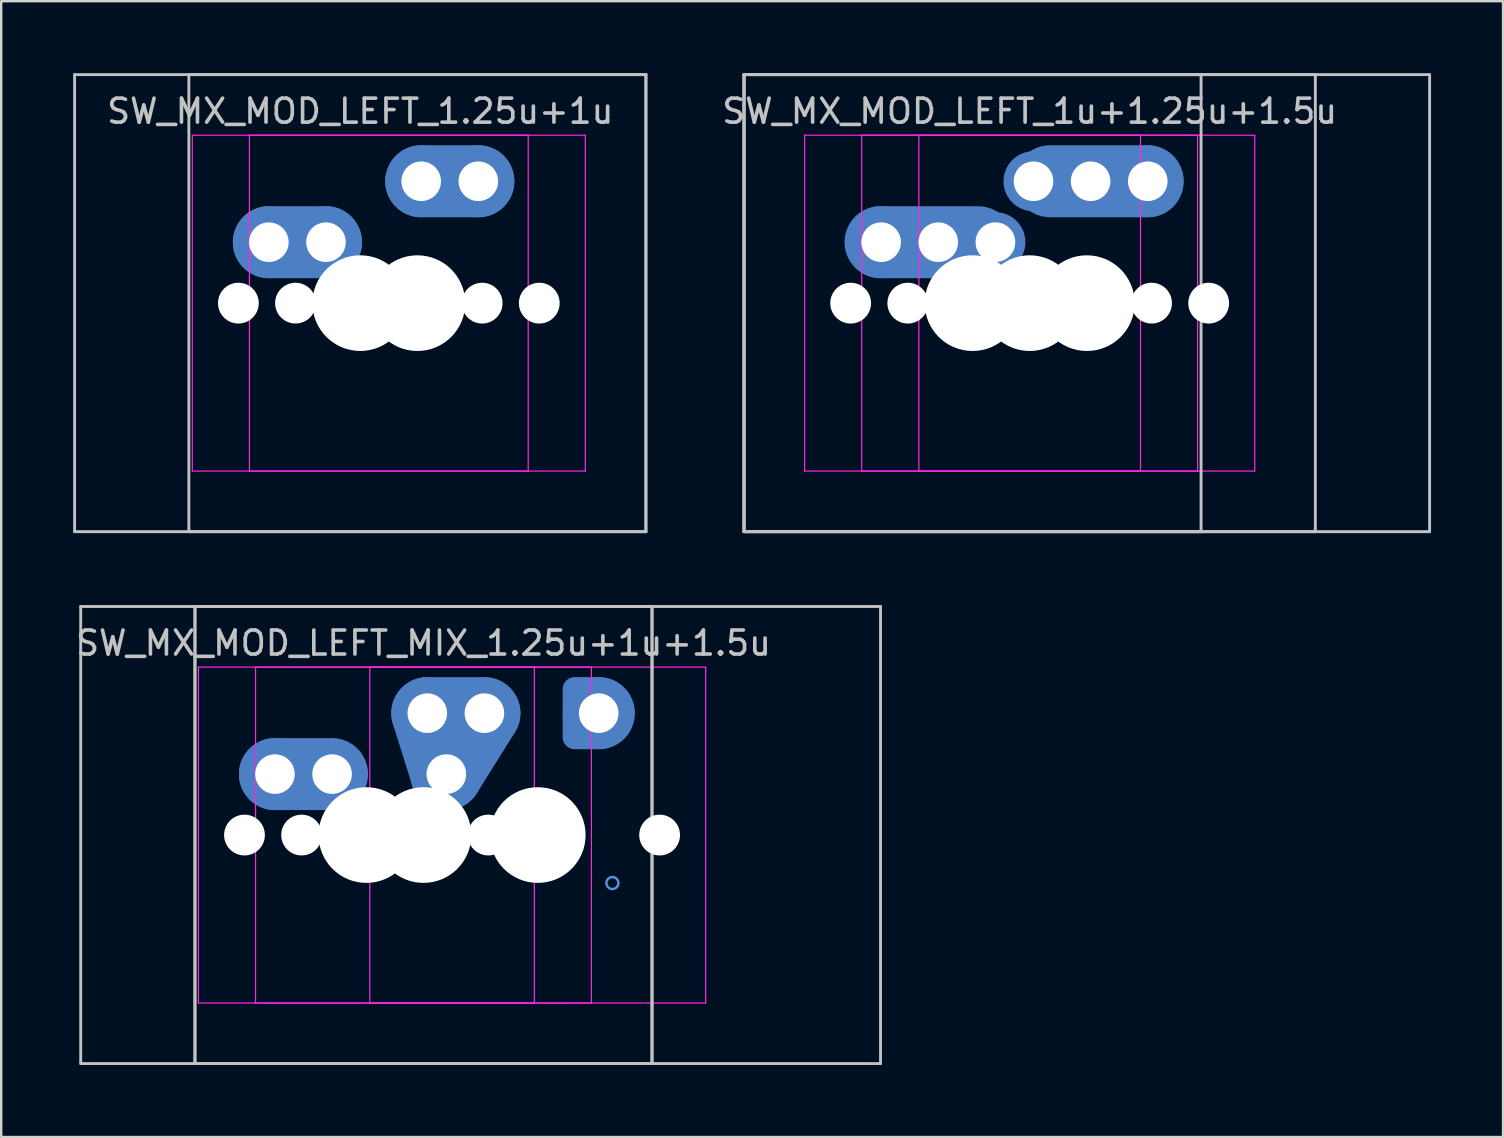
<source format=kicad_pcb>
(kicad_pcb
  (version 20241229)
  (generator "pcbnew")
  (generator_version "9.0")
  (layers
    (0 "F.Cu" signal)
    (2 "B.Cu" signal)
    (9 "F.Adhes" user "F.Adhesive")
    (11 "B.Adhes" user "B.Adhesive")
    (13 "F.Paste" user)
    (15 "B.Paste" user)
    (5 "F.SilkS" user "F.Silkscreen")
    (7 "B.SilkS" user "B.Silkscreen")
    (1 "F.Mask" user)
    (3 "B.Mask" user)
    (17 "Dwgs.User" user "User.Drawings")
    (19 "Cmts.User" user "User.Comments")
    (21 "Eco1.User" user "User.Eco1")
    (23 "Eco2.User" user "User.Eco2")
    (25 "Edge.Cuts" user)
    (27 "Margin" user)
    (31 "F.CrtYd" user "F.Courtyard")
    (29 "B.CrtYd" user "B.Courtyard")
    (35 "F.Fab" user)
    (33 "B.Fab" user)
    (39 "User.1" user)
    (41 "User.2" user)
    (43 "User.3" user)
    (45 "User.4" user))
  (footprint "SW_MX_MOD_LEFT_MIX_1.25u+1u+1.5u"
    (layer "F.Cu")
    (at 14.601 31.755)
    (property "Reference" "SW_MX_MOD_LEFT_MIX_1.25u+1u+1.5u" (at 0 -8 0) (layer "Dwgs.User") (effects (font (size 1 1) (thickness 0.15))))
    (attr through_hole exclude_from_pos_files exclude_from_bom)
    (fp_line (start -14.287 -9.525) (end -14.287 9.525) (stroke (width 0.12) (type solid)) (layer "Dwgs.User"))
    (fp_line (start -14.287 9.525) (end 9.525 9.525) (stroke (width 0.12) (type solid)) (layer "Dwgs.User"))
    (fp_line (start -9.525 -9.525) (end -9.525 9.525) (stroke (width 0.12) (type solid)) (layer "Dwgs.User"))
    (fp_line (start -9.525 -9.525) (end -9.525 9.525) (stroke (width 0.12) (type solid)) (layer "Dwgs.User"))
    (fp_line (start -9.525 9.525) (end 9.525 9.525) (stroke (width 0.12) (type solid)) (layer "Dwgs.User"))
    (fp_line (start -9.525 9.525) (end 19.05 9.525) (stroke (width 0.12) (type solid)) (layer "Dwgs.User"))
    (fp_line (start 9.525 -9.525) (end -14.287 -9.525) (stroke (width 0.12) (type solid)) (layer "Dwgs.User"))
    (fp_line (start 9.525 -9.525) (end -9.525 -9.525) (stroke (width 0.12) (type solid)) (layer "Dwgs.User"))
    (fp_line (start 9.525 9.525) (end 9.525 -9.525) (stroke (width 0.12) (type solid)) (layer "Dwgs.User"))
    (fp_line (start 9.525 9.525) (end 9.525 -9.525) (stroke (width 0.12) (type solid)) (layer "Dwgs.User"))
    (fp_line (start 19.05 -9.525) (end -9.525 -9.525) (stroke (width 0.12) (type solid)) (layer "Dwgs.User"))
    (fp_line (start 19.05 9.525) (end 19.05 -9.525) (stroke (width 0.12) (type solid)) (layer "Dwgs.User"))
    (fp_circle (center 7.303 -5.08) (end 7.303 -4.83) (stroke (width 0.1) (type default)) (fill no) (layer "Cmts.User"))
    (fp_circle (center 7.874 2) (end 7.874 1.75) (stroke (width 0.1) (type default)) (fill no) (layer "Cmts.User"))
    (fp_line (start -9.381 6.5) (end -9.381 -6.5) (stroke (width 0.05) (type solid)) (layer "Eco2.User"))
    (fp_line (start -8.881 -7) (end 4.119 -7) (stroke (width 0.05) (type solid)) (layer "Eco2.User"))
    (fp_line (start -7 6.5) (end -7 -6.5) (stroke (width 0.05) (type solid)) (layer "Eco2.User"))
    (fp_line (start -6.5 -7) (end 6.5 -7) (stroke (width 0.05) (type solid)) (layer "Eco2.User"))
    (fp_line (start -2.237 6.5) (end -2.237 -6.5) (stroke (width 0.05) (type solid)) (layer "Eco2.User"))
    (fp_line (start -1.738 -7) (end 11.262 -7) (stroke (width 0.05) (type solid)) (layer "Eco2.User"))
    (fp_line (start 4.119 7) (end -8.881 7) (stroke (width 0.05) (type solid)) (layer "Eco2.User"))
    (fp_line (start 4.619 -6.5) (end 4.619 6.5) (stroke (width 0.05) (type solid)) (layer "Eco2.User"))
    (fp_line (start 6.5 7) (end -6.5 7) (stroke (width 0.05) (type solid)) (layer "Eco2.User"))
    (fp_line (start 7 -6.5) (end 7 6.5) (stroke (width 0.05) (type solid)) (layer "Eco2.User"))
    (fp_line (start 11.262 7) (end -1.738 7) (stroke (width 0.05) (type solid)) (layer "Eco2.User"))
    (fp_line (start 11.762 -6.5) (end 11.762 6.5) (stroke (width 0.05) (type solid)) (layer "Eco2.User"))
    (fp_arc (start -9.38125 -6.5) (mid -9.234803 -6.853553) (end -8.88125 -7) (stroke (width 0.05) (type solid)) (layer "Eco2.User"))
    (fp_arc (start -8.88125 7) (mid -9.234803 6.853553) (end -9.38125 6.5) (stroke (width 0.05) (type solid)) (layer "Eco2.User"))
    (fp_arc (start -7 -6.5) (mid -6.853553 -6.853553) (end -6.5 -7) (stroke (width 0.05) (type solid)) (layer "Eco2.User"))
    (fp_arc (start -6.5 7) (mid -6.853553 6.853553) (end -7 6.5) (stroke (width 0.05) (type solid)) (layer "Eco2.User"))
    (fp_arc (start -2.2375 -6.5) (mid -2.091053 -6.853553) (end -1.7375 -7) (stroke (width 0.05) (type solid)) (layer "Eco2.User"))
    (fp_arc (start -1.7375 7) (mid -2.091053 6.853553) (end -2.2375 6.5) (stroke (width 0.05) (type solid)) (layer "Eco2.User"))
    (fp_arc (start 4.11875 -7) (mid 4.472303 -6.853553) (end 4.61875 -6.5) (stroke (width 0.05) (type solid)) (layer "Eco2.User"))
    (fp_arc (start 4.615986 6.498884) (mid 4.469539 6.852437) (end 4.115986 6.998884) (stroke (width 0.05) (type solid)) (layer "Eco2.User"))
    (fp_arc (start 6.997236 6.498884) (mid 6.850789 6.852437) (end 6.497236 6.998884) (stroke (width 0.05) (type solid)) (layer "Eco2.User"))
    (fp_arc (start 11.2625 -7) (mid 11.616053 -6.853553) (end 11.7625 -6.5) (stroke (width 0.05) (type solid)) (layer "Eco2.User"))
    (fp_arc (start 11.759736 6.498884) (mid 11.613289 6.852437) (end 11.259736 6.998884) (stroke (width 0.05) (type solid)) (layer "Eco2.User"))
    (fp_line (start -9.381 -7) (end -9.381 7) (stroke (width 0.05) (type solid)) (layer "F.CrtYd"))
    (fp_line (start -9.381 7) (end 4.619 7) (stroke (width 0.05) (type solid)) (layer "F.CrtYd"))
    (fp_line (start -7 -7) (end -7 7) (stroke (width 0.05) (type solid)) (layer "F.CrtYd"))
    (fp_line (start -7 7) (end 7 7) (stroke (width 0.05) (type solid)) (layer "F.CrtYd"))
    (fp_line (start -2.237 -7) (end -2.237 7) (stroke (width 0.05) (type solid)) (layer "F.CrtYd"))
    (fp_line (start -2.237 7) (end 11.762 7) (stroke (width 0.05) (type solid)) (layer "F.CrtYd"))
    (fp_line (start 4.619 -7) (end -9.381 -7) (stroke (width 0.05) (type solid)) (layer "F.CrtYd"))
    (fp_line (start 4.619 7) (end 4.619 -7) (stroke (width 0.05) (type solid)) (layer "F.CrtYd"))
    (fp_line (start 7 -7) (end -7 -7) (stroke (width 0.05) (type solid)) (layer "F.CrtYd"))
    (fp_line (start 7 7) (end 7 -7) (stroke (width 0.05) (type solid)) (layer "F.CrtYd"))
    (fp_line (start 11.762 -7) (end -2.237 -7) (stroke (width 0.05) (type solid)) (layer "F.CrtYd"))
    (fp_line (start 11.762 7) (end 11.762 -7) (stroke (width 0.05) (type solid)) (layer "F.CrtYd"))
    (pad "" np_thru_hole circle (at -7.461 0) (size 1.7 1.7) (drill 1.7) (layers "*.Cu" "*.Mask"))
    (pad "" np_thru_hole circle (at -5.08 0) (size 1.7 1.7) (drill 1.7) (layers "*.Cu" "*.Mask"))
    (pad "" np_thru_hole circle (at -2.381 0) (size 3.988 3.988) (drill 3.988) (layers "*.Cu" "*.Mask"))
    (pad "" np_thru_hole circle (at -0.318 0) (size 1.75 1.75) (drill 1.75) (layers "*.Cu" "*.Mask"))
    (pad "" np_thru_hole circle (at 0 0) (size 3.988 3.988) (drill 3.988) (layers "*.Cu" "*.Mask"))
    (pad "" np_thru_hole circle (at 2.699 0) (size 1.7 1.7) (drill 1.7) (layers "*.Cu" "*.Mask"))
    (pad "" np_thru_hole circle (at 4.763 0) (size 3.988 3.988) (drill 3.988) (layers "*.Cu" "*.Mask"))
    (pad "" np_thru_hole circle (at 5.08 0) (size 1.75 1.75) (drill 1.75) (layers "*.Cu" "*.Mask"))
    (pad "" np_thru_hole circle (at 9.842 0) (size 1.7 1.7) (drill 1.7) (layers "*.Cu" "*.Mask"))
    (pad "1" thru_hole circle (at -6.191 -2.54) (size 2 2) (drill 1.65) (layers "*.Cu") (remove_unused_layers yes) (keep_end_layers yes) (zone_layer_connections))
    (pad "1" smd circle (at -6.191 -2.54) (size 2.7 2.7) (layers "B.Cu" "B.Mask"))
    (pad "1" smd circle (at -6.191 -2.54) (size 3 3) (layers "B.Cu"))
    (pad "1" smd oval (at -5.001 -2.54) (size 4.381 2) (layers "F.Cu"))
    (pad "1" smd oval (at -5.001 -2.54) (size 5.381 3) (layers "B.Cu"))
    (pad "1" thru_hole circle (at -3.81 -2.54) (size 2 2) (drill 1.65) (layers "*.Cu") (remove_unused_layers yes) (keep_end_layers yes) (zone_layer_connections))
    (pad "1" smd circle (at -3.81 -2.54) (size 2.7 2.7) (layers "B.Cu" "B.Mask"))
    (pad "1" thru_hole circle (at 7.303 -5.08 180) (size 2 2) (drill 1.65) (layers "*.Cu") (remove_unused_layers yes) (keep_end_layers yes) (zone_layer_connections))
    (pad "1" smd custom (at 7.303 -5.08 180) (size 2.7 2.7) (layers "B.Cu" "B.Mask") (options (anchor circle)) (primitives (gr_poly (pts (arc (start 0 1.35) (mid -1.35 0) (end 0 -1.35)) (arc (start 0.9 -1.35) (mid 1.218198 -1.218198) (end 1.35 -0.9)) (arc (start 1.35 0.9) (mid 1.218198 1.218198) (end 0.9 1.35))) (width 0.004) (fill yes))))
    (pad "1" smd circle (at 7.303 -5.08 180) (size 3 3) (layers "B.Cu"))
    (pad "1" smd custom (at 7.303 -5.08 180) (size 3 3) (layers "B.Cu") (options (anchor circle)) (primitives (gr_poly (pts (arc (start 0 1.5) (mid -1.5 0) (end 0 -1.5)) (arc (start 1 -1.5) (mid 1.353554 -1.353554) (end 1.5 -1)) (arc (start 1.5 1) (mid 1.353554 1.353554) (end 1 1.5))) (width 0.004) (fill yes))))
    (pad "2" thru_hole circle (at 0.159 -5.08) (size 2 2) (drill 1.65) (layers "*.Cu") (remove_unused_layers yes) (keep_end_layers yes) (zone_layer_connections))
    (pad "2" smd circle (at 0.159 -5.08) (size 2.7 2.7) (layers "B.Cu" "B.Mask"))
    (pad "2" smd oval (at 0.555 -3.81 197.4) (size 3 5.661) (layers "B.Cu"))
    (pad "2" smd oval (at 0.556 -3.81 197.4) (size 2 4.661) (layers "F.Cu"))
    (pad "2" thru_hole circle (at 0.953 -2.54) (size 2 2) (drill 1.65) (layers "*.Cu") (remove_unused_layers yes) (keep_end_layers yes) (zone_layer_connections))
    (pad "2" smd circle (at 0.953 -2.54) (size 2.7 2.7) (layers "B.Cu" "B.Mask"))
    (pad "2" smd oval (at 1.349 -5.08) (size 4.381 2) (layers "F.Cu"))
    (pad "2" smd oval (at 1.349 -5.08) (size 5.381 3) (layers "B.Cu"))
    (pad "2" smd oval (at 1.745 -3.808 328) (size 2 4.995) (layers "F.Cu"))
    (pad "2" smd oval (at 1.745 -3.808 328) (size 3 5.995) (layers "B.Cu"))
    (pad "2" thru_hole circle (at 2.54 -5.08) (size 2 2) (drill 1.65) (layers "*.Cu") (remove_unused_layers yes) (keep_end_layers yes) (zone_layer_connections))
    (pad "2" smd circle (at 2.54 -5.08) (size 2.7 2.7) (layers "B.Cu" "B.Mask")))
  (footprint "SW_MX_MOD_LEFT_1u+1.25u+1.5u"
    (layer "F.Cu")
    (at 37.486 9.585)
    (property "Reference" "SW_MX_MOD_LEFT_1u+1.25u+1.5u" (at 2.381 -8 0) (layer "Dwgs.User") (effects (font (size 1 1) (thickness 0.15))))
    (attr through_hole exclude_from_pos_files exclude_from_bom)
    (fp_line (start -9.525 -9.525) (end -9.525 9.525) (stroke (width 0.12) (type solid)) (layer "Dwgs.User"))
    (fp_line (start -9.525 -9.525) (end -9.525 9.525) (stroke (width 0.12) (type solid)) (layer "Dwgs.User"))
    (fp_line (start -9.525 -9.525) (end -9.525 9.525) (stroke (width 0.12) (type solid)) (layer "Dwgs.User"))
    (fp_line (start -9.525 9.525) (end 9.525 9.525) (stroke (width 0.12) (type solid)) (layer "Dwgs.User"))
    (fp_line (start -9.525 9.525) (end 14.287 9.525) (stroke (width 0.12) (type solid)) (layer "Dwgs.User"))
    (fp_line (start -9.525 9.525) (end 19.05 9.525) (stroke (width 0.12) (type solid)) (layer "Dwgs.User"))
    (fp_line (start 9.525 -9.525) (end -9.525 -9.525) (stroke (width 0.12) (type solid)) (layer "Dwgs.User"))
    (fp_line (start 9.525 9.525) (end 9.525 -9.525) (stroke (width 0.12) (type solid)) (layer "Dwgs.User"))
    (fp_line (start 14.287 -9.525) (end -9.525 -9.525) (stroke (width 0.12) (type solid)) (layer "Dwgs.User"))
    (fp_line (start 14.287 9.525) (end 14.287 -9.525) (stroke (width 0.12) (type solid)) (layer "Dwgs.User"))
    (fp_line (start 19.05 -9.525) (end -9.525 -9.525) (stroke (width 0.12) (type solid)) (layer "Dwgs.User"))
    (fp_line (start 19.05 9.525) (end 19.05 -9.525) (stroke (width 0.12) (type solid)) (layer "Dwgs.User"))
    (fp_line (start -7 6.5) (end -7 -6.5) (stroke (width 0.05) (type solid)) (layer "Eco2.User"))
    (fp_line (start -6.5 -7) (end 6.5 -7) (stroke (width 0.05) (type solid)) (layer "Eco2.User"))
    (fp_line (start -4.619 6.5) (end -4.619 -6.5) (stroke (width 0.05) (type solid)) (layer "Eco2.User"))
    (fp_line (start -4.119 -7) (end 8.881 -7) (stroke (width 0.05) (type solid)) (layer "Eco2.User"))
    (fp_line (start -2.237 6.5) (end -2.237 -6.5) (stroke (width 0.05) (type solid)) (layer "Eco2.User"))
    (fp_line (start -1.738 -7) (end 11.262 -7) (stroke (width 0.05) (type solid)) (layer "Eco2.User"))
    (fp_line (start 6.5 7) (end -6.5 7) (stroke (width 0.05) (type solid)) (layer "Eco2.User"))
    (fp_line (start 7 -6.5) (end 7 6.5) (stroke (width 0.05) (type solid)) (layer "Eco2.User"))
    (fp_line (start 8.881 7) (end -4.119 7) (stroke (width 0.05) (type solid)) (layer "Eco2.User"))
    (fp_line (start 9.381 -6.5) (end 9.381 6.5) (stroke (width 0.05) (type solid)) (layer "Eco2.User"))
    (fp_line (start 11.262 7) (end -1.738 7) (stroke (width 0.05) (type solid)) (layer "Eco2.User"))
    (fp_line (start 11.762 -6.5) (end 11.762 6.5) (stroke (width 0.05) (type solid)) (layer "Eco2.User"))
    (fp_arc (start -7 -6.5) (mid -6.853553 -6.853553) (end -6.5 -7) (stroke (width 0.05) (type solid)) (layer "Eco2.User"))
    (fp_arc (start -6.5 7) (mid -6.853553 6.853553) (end -7 6.5) (stroke (width 0.05) (type solid)) (layer "Eco2.User"))
    (fp_arc (start -4.61875 -6.5) (mid -4.472303 -6.853553) (end -4.11875 -7) (stroke (width 0.05) (type solid)) (layer "Eco2.User"))
    (fp_arc (start -4.11875 7) (mid -4.472303 6.853553) (end -4.61875 6.5) (stroke (width 0.05) (type solid)) (layer "Eco2.User"))
    (fp_arc (start -2.2375 -6.5) (mid -2.091053 -6.853553) (end -1.7375 -7) (stroke (width 0.05) (type solid)) (layer "Eco2.User"))
    (fp_arc (start -1.7375 7) (mid -2.091053 6.853553) (end -2.2375 6.5) (stroke (width 0.05) (type solid)) (layer "Eco2.User"))
    (fp_arc (start 6.5 -7) (mid 6.853553 -6.853553) (end 7 -6.5) (stroke (width 0.05) (type solid)) (layer "Eco2.User"))
    (fp_arc (start 6.997236 6.498884) (mid 6.850789 6.852437) (end 6.497236 6.998884) (stroke (width 0.05) (type solid)) (layer "Eco2.User"))
    (fp_arc (start 8.88125 -7) (mid 9.234803 -6.853553) (end 9.38125 -6.5) (stroke (width 0.05) (type solid)) (layer "Eco2.User"))
    (fp_arc (start 9.378486 6.498884) (mid 9.232039 6.852437) (end 8.878486 6.998884) (stroke (width 0.05) (type solid)) (layer "Eco2.User"))
    (fp_arc (start 11.2625 -7) (mid 11.616053 -6.853553) (end 11.7625 -6.5) (stroke (width 0.05) (type solid)) (layer "Eco2.User"))
    (fp_arc (start 11.759736 6.498884) (mid 11.613289 6.852437) (end 11.259736 6.998884) (stroke (width 0.05) (type solid)) (layer "Eco2.User"))
    (fp_line (start -7 -7) (end -7 7) (stroke (width 0.05) (type solid)) (layer "F.CrtYd"))
    (fp_line (start -7 7) (end 7 7) (stroke (width 0.05) (type solid)) (layer "F.CrtYd"))
    (fp_line (start -4.619 -7) (end -4.619 7) (stroke (width 0.05) (type solid)) (layer "F.CrtYd"))
    (fp_line (start -4.619 7) (end 9.381 7) (stroke (width 0.05) (type solid)) (layer "F.CrtYd"))
    (fp_line (start -2.237 -7) (end -2.237 7) (stroke (width 0.05) (type solid)) (layer "F.CrtYd"))
    (fp_line (start -2.237 7) (end 11.762 7) (stroke (width 0.05) (type solid)) (layer "F.CrtYd"))
    (fp_line (start 7 -7) (end -7 -7) (stroke (width 0.05) (type solid)) (layer "F.CrtYd"))
    (fp_line (start 7 7) (end 7 -7) (stroke (width 0.05) (type solid)) (layer "F.CrtYd"))
    (fp_line (start 9.381 -7) (end -4.619 -7) (stroke (width 0.05) (type solid)) (layer "F.CrtYd"))
    (fp_line (start 9.381 7) (end 9.381 -7) (stroke (width 0.05) (type solid)) (layer "F.CrtYd"))
    (fp_line (start 11.762 -7) (end -2.237 -7) (stroke (width 0.05) (type solid)) (layer "F.CrtYd"))
    (fp_line (start 11.762 7) (end 11.762 -7) (stroke (width 0.05) (type solid)) (layer "F.CrtYd"))
    (pad "" np_thru_hole circle (at -5.08 0) (size 1.7 1.7) (drill 1.7) (layers "*.Cu" "*.Mask"))
    (pad "" np_thru_hole circle (at -2.699 0) (size 1.7 1.7) (drill 1.7) (layers "*.Cu" "*.Mask"))
    (pad "" np_thru_hole circle (at 0 0) (size 3.988 3.988) (drill 3.988) (layers "*.Cu" "*.Mask"))
    (pad "" np_thru_hole circle (at 2.381 0) (size 3.988 3.988) (drill 3.988) (layers "*.Cu" "*.Mask"))
    (pad "" np_thru_hole circle (at 4.763 0) (size 3.988 3.988) (drill 3.988) (layers "*.Cu" "*.Mask"))
    (pad "" np_thru_hole circle (at 7.461 0) (size 1.7 1.7) (drill 1.7) (layers "*.Cu" "*.Mask"))
    (pad "" np_thru_hole circle (at 9.842 0) (size 1.7 1.7) (drill 1.7) (layers "*.Cu" "*.Mask"))
    (pad "1" thru_hole circle (at -3.81 -2.54) (size 2 2) (drill 1.65) (layers "*.Cu") (remove_unused_layers yes) (keep_end_layers yes) (zone_layer_connections))
    (pad "1" smd circle (at -3.81 -2.54) (size 2.7 2.7) (layers "B.Cu" "B.Mask"))
    (pad "1" smd circle (at -3.81 -2.54) (size 3 3) (layers "B.Cu"))
    (pad "1" smd oval (at -1.803 -2.54) (size 7.066 3) (layers "B.Cu"))
    (pad "1" thru_hole circle (at -1.429 -2.54) (size 2 2) (drill 1.65) (layers "*.Cu") (remove_unused_layers yes) (keep_end_layers yes) (zone_layer_connections))
    (pad "1" smd circle (at -1.429 -2.54) (size 2.7 2.7) (layers "B.Cu" "B.Mask"))
    (pad "1" smd oval (at -1.429 -2.54) (size 6.762 2) (layers "F.Cu"))
    (pad "1" thru_hole circle (at 0.953 -2.54) (size 2 2) (drill 1.655) (layers "*.Cu") (remove_unused_layers yes) (keep_end_layers yes) (zone_layer_connections))
    (pad "1" smd circle (at 0.953 -2.54) (size 2.5 2.5) (layers "B.Cu" "B.Mask"))
    (pad "2" thru_hole circle (at 2.54 -5.08) (size 2 2) (drill 1.65) (layers "*.Cu") (remove_unused_layers yes) (keep_end_layers yes) (zone_layer_connections))
    (pad "2" smd circle (at 2.54 -5.08) (size 2.5 2.5) (layers "B.Cu" "B.Mask"))
    (pad "2" thru_hole circle (at 4.921 -5.08) (size 2 2) (drill 1.65) (layers "*.Cu") (remove_unused_layers yes) (keep_end_layers yes) (zone_layer_connections))
    (pad "2" smd circle (at 4.921 -5.08) (size 2.7 2.7) (layers "B.Cu" "B.Mask"))
    (pad "2" smd oval (at 4.921 -5.08) (size 6.762 2) (layers "F.Cu"))
    (pad "2" smd oval (at 5.258 -5.08) (size 7.054 3) (layers "B.Cu"))
    (pad "2" thru_hole circle (at 7.303 -5.08) (size 2 2) (drill 1.65) (layers "*.Cu") (remove_unused_layers yes) (keep_end_layers yes) (zone_layer_connections))
    (pad "2" smd circle (at 7.303 -5.08) (size 2.7 2.7) (layers "B.Cu" "B.Mask"))
    (pad "2" smd circle (at 7.303 -5.08) (size 3 3) (layers "B.Cu")))
  (footprint "SW_MX_MOD_LEFT_1.25u+1u"
    (layer "F.Cu")
    (at 11.966 9.585)
    (property "Reference" "SW_MX_MOD_LEFT_1.25u+1u" (at 0 -8 0) (layer "Dwgs.User") (effects (font (size 1 1) (thickness 0.15))))
    (attr through_hole exclude_from_pos_files exclude_from_bom)
    (fp_line (start -11.906 -9.525) (end -11.906 9.525) (stroke (width 0.12) (type solid)) (layer "Dwgs.User"))
    (fp_line (start -11.906 9.525) (end 11.906 9.525) (stroke (width 0.12) (type solid)) (layer "Dwgs.User"))
    (fp_line (start -7.144 -9.525) (end -7.144 9.525) (stroke (width 0.12) (type solid)) (layer "Dwgs.User"))
    (fp_line (start -7.144 9.525) (end 11.906 9.525) (stroke (width 0.12) (type solid)) (layer "Dwgs.User"))
    (fp_line (start 11.906 -9.525) (end -11.906 -9.525) (stroke (width 0.12) (type solid)) (layer "Dwgs.User"))
    (fp_line (start 11.906 -9.525) (end -7.144 -9.525) (stroke (width 0.12) (type solid)) (layer "Dwgs.User"))
    (fp_line (start 11.906 9.525) (end 11.906 -9.525) (stroke (width 0.12) (type solid)) (layer "Dwgs.User"))
    (fp_line (start 11.906 9.525) (end 11.906 -9.525) (stroke (width 0.12) (type solid)) (layer "Dwgs.User"))
    (fp_line (start -7 6.5) (end -7 -6.5) (stroke (width 0.05) (type solid)) (layer "Eco2.User"))
    (fp_line (start -6.5 -7) (end 6.5 -7) (stroke (width 0.05) (type solid)) (layer "Eco2.User"))
    (fp_line (start -4.619 6.5) (end -4.619 -6.5) (stroke (width 0.05) (type solid)) (layer "Eco2.User"))
    (fp_line (start -4.119 -7) (end 8.881 -7) (stroke (width 0.05) (type solid)) (layer "Eco2.User"))
    (fp_line (start 6.5 7) (end -6.5 7) (stroke (width 0.05) (type solid)) (layer "Eco2.User"))
    (fp_line (start 7 -6.5) (end 7 6.5) (stroke (width 0.05) (type solid)) (layer "Eco2.User"))
    (fp_line (start 8.881 7) (end -4.119 7) (stroke (width 0.05) (type solid)) (layer "Eco2.User"))
    (fp_line (start 9.381 -6.5) (end 9.381 6.5) (stroke (width 0.05) (type solid)) (layer "Eco2.User"))
    (fp_arc (start -7 -6.5) (mid -6.853553 -6.853553) (end -6.5 -7) (stroke (width 0.05) (type solid)) (layer "Eco2.User"))
    (fp_arc (start -6.5 7) (mid -6.853553 6.853553) (end -7 6.5) (stroke (width 0.05) (type solid)) (layer "Eco2.User"))
    (fp_arc (start -4.61875 -6.5) (mid -4.472303 -6.853553) (end -4.11875 -7) (stroke (width 0.05) (type solid)) (layer "Eco2.User"))
    (fp_arc (start -4.11875 7) (mid -4.472303 6.853553) (end -4.61875 6.5) (stroke (width 0.05) (type solid)) (layer "Eco2.User"))
    (fp_arc (start 6.5 -7) (mid 6.853553 -6.853553) (end 7 -6.5) (stroke (width 0.05) (type solid)) (layer "Eco2.User"))
    (fp_arc (start 6.997236 6.498884) (mid 6.850789 6.852437) (end 6.497236 6.998884) (stroke (width 0.05) (type solid)) (layer "Eco2.User"))
    (fp_arc (start 8.88125 -7) (mid 9.234803 -6.853553) (end 9.38125 -6.5) (stroke (width 0.05) (type solid)) (layer "Eco2.User"))
    (fp_arc (start 9.378486 6.498884) (mid 9.232039 6.852437) (end 8.878486 6.998884) (stroke (width 0.05) (type solid)) (layer "Eco2.User"))
    (fp_line (start -7 -7) (end -7 7) (stroke (width 0.05) (type solid)) (layer "F.CrtYd"))
    (fp_line (start -7 7) (end 7 7) (stroke (width 0.05) (type solid)) (layer "F.CrtYd"))
    (fp_line (start -4.619 -7) (end -4.619 7) (stroke (width 0.05) (type solid)) (layer "F.CrtYd"))
    (fp_line (start -4.619 7) (end 9.381 7) (stroke (width 0.05) (type solid)) (layer "F.CrtYd"))
    (fp_line (start 7 -7) (end -7 -7) (stroke (width 0.05) (type solid)) (layer "F.CrtYd"))
    (fp_line (start 7 7) (end 7 -7) (stroke (width 0.05) (type solid)) (layer "F.CrtYd"))
    (fp_line (start 9.381 -7) (end -4.619 -7) (stroke (width 0.05) (type solid)) (layer "F.CrtYd"))
    (fp_line (start 9.381 7) (end 9.381 -7) (stroke (width 0.05) (type solid)) (layer "F.CrtYd"))
    (pad "" np_thru_hole circle (at -5.08 0) (size 1.7 1.7) (drill 1.7) (layers "*.Cu" "*.Mask"))
    (pad "" np_thru_hole circle (at -2.699 0) (size 1.7 1.7) (drill 1.7) (layers "*.Cu" "*.Mask"))
    (pad "" np_thru_hole circle (at 0 0) (size 3.988 3.988) (drill 3.988) (layers "*.Cu" "*.Mask"))
    (pad "" np_thru_hole circle (at 2.381 0) (size 3.988 3.988) (drill 3.988) (layers "*.Cu" "*.Mask"))
    (pad "" np_thru_hole circle (at 5.08 0) (size 1.7 1.7) (drill 1.7) (layers "*.Cu" "*.Mask"))
    (pad "" np_thru_hole circle (at 7.461 0) (size 1.7 1.7) (drill 1.7) (layers "*.Cu" "*.Mask"))
    (pad "1" thru_hole circle (at -3.81 -2.54) (size 2 2) (drill 1.65) (layers "*.Cu") (remove_unused_layers yes) (keep_end_layers yes) (zone_layer_connections))
    (pad "1" smd circle (at -3.81 -2.54) (size 2.7 2.7) (layers "B.Cu" "B.Mask"))
    (pad "1" smd circle (at -3.81 -2.54) (size 3 3) (layers "B.Cu"))
    (pad "1" smd oval (at -2.619 -2.54) (size 4.381 2) (layers "F.Cu"))
    (pad "1" smd oval (at -2.619 -2.54) (size 5.381 3) (layers "B.Cu"))
    (pad "1" thru_hole circle (at -1.429 -2.54) (size 2 2) (drill 1.65) (layers "*.Cu") (remove_unused_layers yes) (keep_end_layers yes) (zone_layer_connections))
    (pad "1" smd circle (at -1.429 -2.54) (size 2.7 2.7) (layers "B.Cu" "B.Mask"))
    (pad "1" smd circle (at -1.429 -2.54) (size 3 3) (layers "B.Cu"))
    (pad "2" thru_hole circle (at 2.54 -5.08) (size 2 2) (drill 1.65) (layers "*.Cu") (remove_unused_layers yes) (keep_end_layers yes) (zone_layer_connections))
    (pad "2" smd circle (at 2.54 -5.08) (size 2.7 2.7) (layers "B.Cu" "B.Mask"))
    (pad "2" smd circle (at 2.54 -5.08) (size 3 3) (layers "B.Cu"))
    (pad "2" smd oval (at 3.731 -5.08) (size 4.381 2) (layers "F.Cu"))
    (pad "2" smd oval (at 3.731 -5.08) (size 5.381 3) (layers "B.Cu"))
    (pad "2" thru_hole circle (at 4.921 -5.08) (size 2 2) (drill 1.65) (layers "*.Cu") (remove_unused_layers yes) (keep_end_layers yes) (zone_layer_connections))
    (pad "2" smd circle (at 4.921 -5.08) (size 2.7 2.7) (layers "B.Cu" "B.Mask"))
    (pad "2" smd circle (at 4.921 -5.08) (size 3 3) (layers "B.Cu")))
  (gr_rect
    (start -3 -3)
    (end 59.596 44.34)
    (stroke (width 0.1) (type default))
    (fill no)
    (layer "Edge.Cuts")))
</source>
